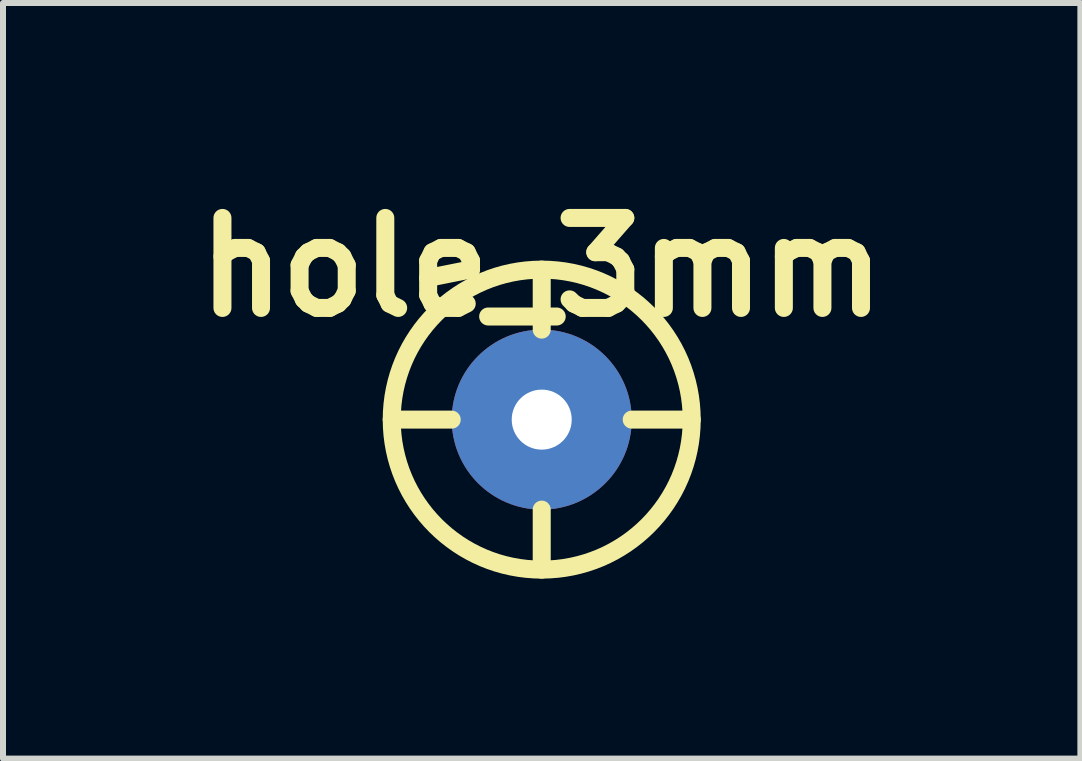
<source format=kicad_pcb>
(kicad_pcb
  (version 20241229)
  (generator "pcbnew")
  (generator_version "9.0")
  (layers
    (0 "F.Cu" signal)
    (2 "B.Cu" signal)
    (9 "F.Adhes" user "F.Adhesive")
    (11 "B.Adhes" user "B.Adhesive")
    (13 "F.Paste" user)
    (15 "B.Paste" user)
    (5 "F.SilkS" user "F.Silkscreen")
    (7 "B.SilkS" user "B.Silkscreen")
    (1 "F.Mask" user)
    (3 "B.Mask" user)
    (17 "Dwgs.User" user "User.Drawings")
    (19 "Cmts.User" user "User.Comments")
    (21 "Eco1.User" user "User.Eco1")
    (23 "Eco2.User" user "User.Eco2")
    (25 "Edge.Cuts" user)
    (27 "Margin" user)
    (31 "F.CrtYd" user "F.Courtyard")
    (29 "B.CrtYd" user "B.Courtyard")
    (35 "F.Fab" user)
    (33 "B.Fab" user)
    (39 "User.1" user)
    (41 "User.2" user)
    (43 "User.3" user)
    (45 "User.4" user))
  (footprint "hole_3mm"
    (layer "F.Cu")
    (at 5.979 3.944)
    (property "Reference" "hole_3mm" (at 0 -2.54 0) (layer "F.SilkS") (effects (font (size 1.5 1.5) (thickness 0.3))))
    (attr through_hole)
    (fp_line (start -2.5 0) (end -1.5 0) (stroke (width 0.3) (type solid)) (layer "F.SilkS"))
    (fp_line (start 0 -1.5) (end 0 -2.5) (stroke (width 0.3) (type solid)) (layer "F.SilkS"))
    (fp_line (start 0 2.5) (end 0 1.5) (stroke (width 0.3) (type solid)) (layer "F.SilkS"))
    (fp_line (start 2.5 0) (end 1.5 0) (stroke (width 0.3) (type solid)) (layer "F.SilkS"))
    (fp_circle (center 0 0) (end 2.5 0) (stroke (width 0.3) (type solid)) (fill no) (layer "F.SilkS"))
    (pad "" np_thru_hole circle (at 0 0) (size 3 3) (drill 1) (layers "*.Cu" "*.Mask")))
  (gr_rect
    (start -3 -3)
    (end 14.957 9.594)
    (stroke (width 0.1) (type default))
    (fill no)
    (layer "Edge.Cuts")))
</source>
